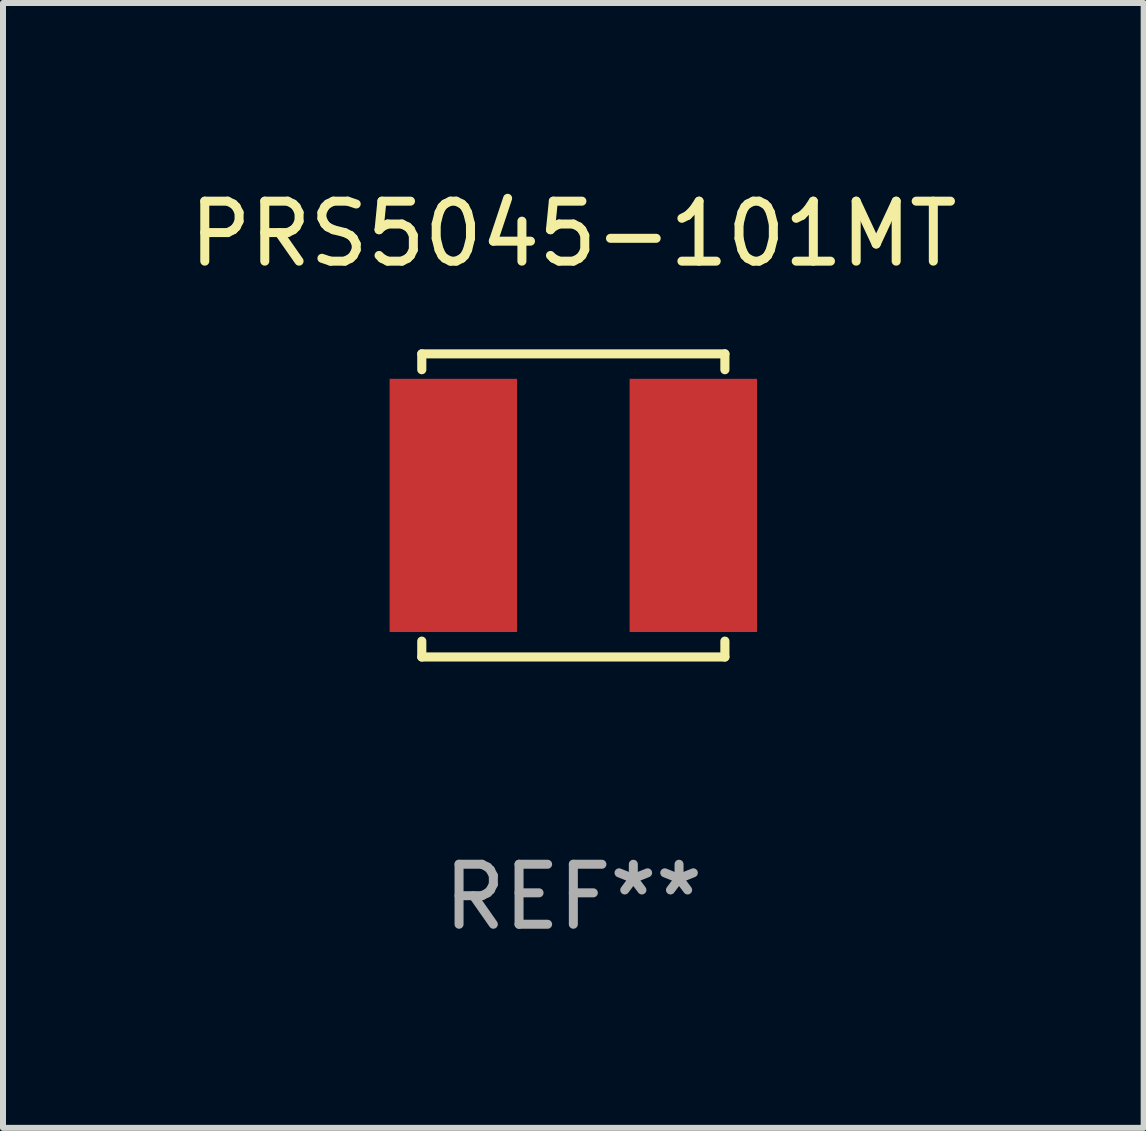
<source format=kicad_pcb>
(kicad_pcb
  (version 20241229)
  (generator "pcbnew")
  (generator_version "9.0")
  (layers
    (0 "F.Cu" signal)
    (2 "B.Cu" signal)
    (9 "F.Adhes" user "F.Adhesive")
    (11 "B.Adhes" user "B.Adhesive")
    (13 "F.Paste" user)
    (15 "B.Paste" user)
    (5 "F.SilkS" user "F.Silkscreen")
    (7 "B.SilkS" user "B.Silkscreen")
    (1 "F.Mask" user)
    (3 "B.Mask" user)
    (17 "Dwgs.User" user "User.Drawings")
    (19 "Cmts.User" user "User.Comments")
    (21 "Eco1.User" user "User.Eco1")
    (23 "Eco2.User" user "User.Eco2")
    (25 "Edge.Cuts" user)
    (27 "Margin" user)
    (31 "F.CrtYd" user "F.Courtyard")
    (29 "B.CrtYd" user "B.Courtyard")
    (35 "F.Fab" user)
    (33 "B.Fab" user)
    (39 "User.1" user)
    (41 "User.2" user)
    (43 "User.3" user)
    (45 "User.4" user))
  (footprint "PRS5045-101MT"
    (layer "F.Cu")
    (at 6.506 5.374)
    (property "Reference" "PRS5045-101MT" (at 0 -4.526 0) (layer "F.SilkS") (effects (font (size 1 1) (thickness 0.15))))
    (attr through_hole)
    (fp_line (start -2.526 -2.526) (end 2.526 -2.526) (stroke (width 0.152) (type solid)) (layer "F.SilkS"))
    (fp_line (start -2.526 -2.262) (end -2.526 -2.526) (stroke (width 0.152) (type solid)) (layer "F.SilkS"))
    (fp_line (start -2.526 2.262) (end -2.526 2.526) (stroke (width 0.152) (type solid)) (layer "F.SilkS"))
    (fp_line (start -2.526 2.526) (end 2.526 2.526) (stroke (width 0.152) (type solid)) (layer "F.SilkS"))
    (fp_line (start 2.526 -2.526) (end 2.526 -2.262) (stroke (width 0.152) (type solid)) (layer "F.SilkS"))
    (fp_line (start 2.526 2.526) (end 2.526 2.262) (stroke (width 0.152) (type solid)) (layer "F.SilkS"))
    (fp_circle (center 2.5 -2.5) (end 2.53 -2.5) (stroke (width 0.06) (type solid)) (fill no) (layer "F.SilkS"))
    (fp_text user "REF**" (at 0 6.526 0) (layer "F.Fab") (effects (font (size 1 1) (thickness 0.15))))
    (pad "1" smd rect (at 2 0) (size 2.124 4.22) (layers "F.Cu" "F.Mask" "F.Paste"))
    (pad "2" smd rect (at -2 0) (size 2.124 4.22) (layers "F.Cu" "F.Mask" "F.Paste")))
  (gr_rect
    (start -3 -3)
    (end 16.012 15.749)
    (stroke (width 0.1) (type default))
    (fill no)
    (layer "Edge.Cuts")))
</source>
